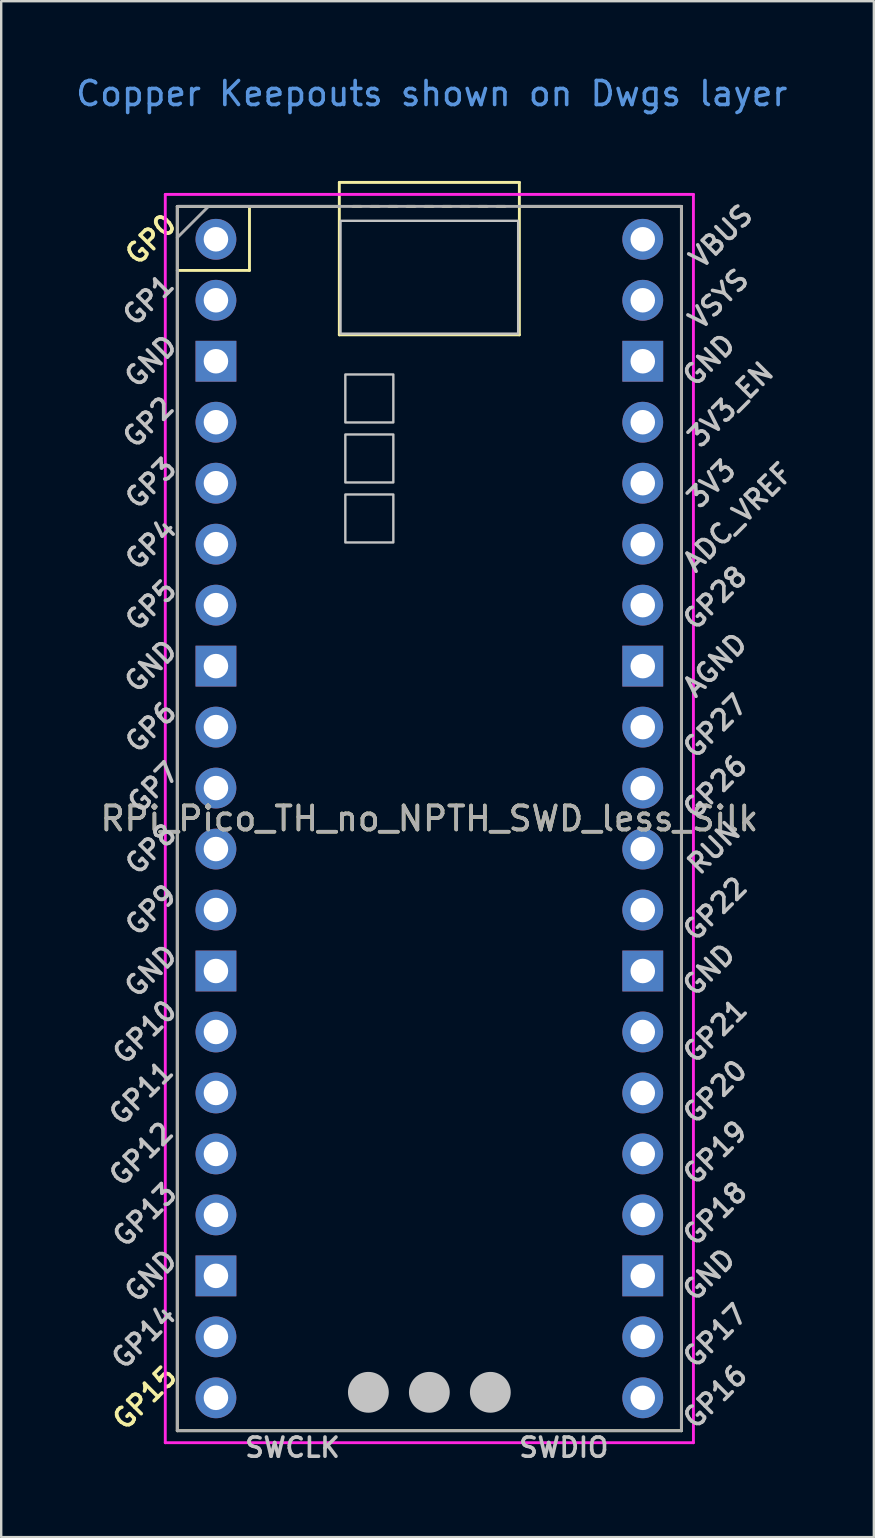
<source format=kicad_pcb>
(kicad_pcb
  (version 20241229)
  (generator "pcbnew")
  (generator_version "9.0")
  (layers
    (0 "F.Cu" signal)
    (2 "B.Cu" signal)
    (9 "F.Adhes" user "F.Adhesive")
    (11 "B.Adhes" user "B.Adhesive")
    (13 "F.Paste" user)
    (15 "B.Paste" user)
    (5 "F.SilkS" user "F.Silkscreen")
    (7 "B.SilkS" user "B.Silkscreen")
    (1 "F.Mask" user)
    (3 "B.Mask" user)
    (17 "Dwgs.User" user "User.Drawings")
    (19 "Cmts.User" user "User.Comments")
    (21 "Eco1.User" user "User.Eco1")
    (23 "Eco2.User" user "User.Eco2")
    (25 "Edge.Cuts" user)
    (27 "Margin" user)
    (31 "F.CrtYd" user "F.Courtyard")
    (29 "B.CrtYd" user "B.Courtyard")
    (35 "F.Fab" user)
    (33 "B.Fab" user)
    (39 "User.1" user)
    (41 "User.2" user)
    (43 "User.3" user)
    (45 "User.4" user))
  (footprint "RPi_Pico_TH_no_NPTH_SWD_less_Silk"
    (layer "F.Cu")
    (at 14.835 31.048)
    (property "Reference" "RPi_Pico_TH_no_NPTH_SWD_less_Silk" (at 0 0 180) (layer "F.SilkS") (effects (font (size 1 1) (thickness 0.15))))
    (attr through_hole)
    (fp_line (start -10.5 -25.5) (end -10.5 25.5) (stroke (width 0.12) (type solid)) (layer "F.SilkS"))
    (fp_line (start -10.5 -25.5) (end -3.75 -25.5) (stroke (width 0.12) (type solid)) (layer "F.SilkS"))
    (fp_line (start -10.5 -22.833) (end -7.493 -22.833) (stroke (width 0.12) (type solid)) (layer "F.SilkS"))
    (fp_line (start -7.493 -22.833) (end -7.493 -25.5) (stroke (width 0.12) (type solid)) (layer "F.SilkS"))
    (fp_line (start -3.75 -26.5) (end -3.75 -20.15) (stroke (width 0.12) (type solid)) (layer "F.SilkS"))
    (fp_line (start -3.75 -20.15) (end 3.75 -20.15) (stroke (width 0.12) (type solid)) (layer "F.SilkS"))
    (fp_line (start -3.19 -25.5) (end -2.84 -25.5) (stroke (width 0.12) (type solid)) (layer "F.SilkS"))
    (fp_line (start -2.44 -25.5) (end -2.09 -25.5) (stroke (width 0.12) (type solid)) (layer "F.SilkS"))
    (fp_line (start -1.69 -25.5) (end -1.34 -25.5) (stroke (width 0.12) (type solid)) (layer "F.SilkS"))
    (fp_line (start -0.94 -25.5) (end -0.59 -25.5) (stroke (width 0.12) (type solid)) (layer "F.SilkS"))
    (fp_line (start -0.19 -25.5) (end 0.16 -25.5) (stroke (width 0.12) (type solid)) (layer "F.SilkS"))
    (fp_line (start 0.56 -25.5) (end 0.91 -25.5) (stroke (width 0.12) (type solid)) (layer "F.SilkS"))
    (fp_line (start 1.31 -25.5) (end 1.66 -25.5) (stroke (width 0.12) (type solid)) (layer "F.SilkS"))
    (fp_line (start 2.06 -25.5) (end 2.41 -25.5) (stroke (width 0.12) (type solid)) (layer "F.SilkS"))
    (fp_line (start 2.81 -25.5) (end 3.16 -25.5) (stroke (width 0.12) (type solid)) (layer "F.SilkS"))
    (fp_line (start 3.75 -26.5) (end -3.75 -26.5) (stroke (width 0.12) (type solid)) (layer "F.SilkS"))
    (fp_line (start 3.75 -25.5) (end 10.5 -25.5) (stroke (width 0.12) (type solid)) (layer "F.SilkS"))
    (fp_line (start 3.75 -20.15) (end 3.75 -26.5) (stroke (width 0.12) (type solid)) (layer "F.SilkS"))
    (fp_line (start 10.5 -25.5) (end 10.5 25.5) (stroke (width 0.12) (type solid)) (layer "F.SilkS"))
    (fp_line (start 10.5 25.5) (end -10.5 25.5) (stroke (width 0.12) (type solid)) (layer "F.SilkS"))
    (fp_poly (pts (xy -1.5 -16.5) (xy -3.5 -16.5) (xy -3.5 -18.5) (xy -1.5 -18.5)) (stroke (width 0.1) (type solid)) (fill no) (layer "Dwgs.User"))
    (fp_poly (pts (xy -1.5 -14) (xy -3.5 -14) (xy -3.5 -16) (xy -1.5 -16)) (stroke (width 0.1) (type solid)) (fill no) (layer "Dwgs.User"))
    (fp_poly (pts (xy -1.5 -11.5) (xy -3.5 -11.5) (xy -3.5 -13.5) (xy -1.5 -13.5)) (stroke (width 0.1) (type solid)) (fill no) (layer "Dwgs.User"))
    (fp_poly (pts (xy 3.7 -20.2) (xy -3.7 -20.2) (xy -3.7 -24.9) (xy 3.7 -24.9)) (stroke (width 0.1) (type solid)) (fill no) (layer "Dwgs.User"))
    (fp_line (start -11 -26) (end 11 -26) (stroke (width 0.12) (type solid)) (layer "F.CrtYd"))
    (fp_line (start -11 26) (end -11 -26) (stroke (width 0.12) (type solid)) (layer "F.CrtYd"))
    (fp_line (start 11 -26) (end 11 26) (stroke (width 0.12) (type solid)) (layer "F.CrtYd"))
    (fp_line (start 11 26) (end -11 26) (stroke (width 0.12) (type solid)) (layer "F.CrtYd"))
    (fp_line (start -10.5 -25.5) (end 10.5 -25.5) (stroke (width 0.12) (type solid)) (layer "F.Fab"))
    (fp_line (start -10.5 -24.2) (end -9.2 -25.5) (stroke (width 0.12) (type solid)) (layer "F.Fab"))
    (fp_line (start -10.5 25.5) (end -10.5 -25.5) (stroke (width 0.12) (type solid)) (layer "F.Fab"))
    (fp_line (start 10.5 -25.5) (end 10.5 25.5) (stroke (width 0.12) (type solid)) (layer "F.Fab"))
    (fp_line (start 10.5 25.5) (end -10.5 25.5) (stroke (width 0.12) (type solid)) (layer "F.Fab"))
    (fp_text user "GP15" (at -11.854 24.13 45) (layer "F.SilkS") (effects (font (size 0.8 0.8) (thickness 0.15))))
    (fp_text user "GP0" (at -11.6 -24.13 45) (layer "F.SilkS") (effects (font (size 0.8 0.8) (thickness 0.15))))
    (fp_text user "GP21" (at 11.904 8.85 45) (layer "Dwgs.User") (effects (font (size 0.8 0.8) (thickness 0.15))))
    (fp_text user "GP7" (at -11.5 -1.3 45) (layer "Dwgs.User") (effects (font (size 0.8 0.8) (thickness 0.15))))
    (fp_text user "GP10" (at -11.854 8.89 45) (layer "Dwgs.User") (effects (font (size 0.8 0.8) (thickness 0.15))))
    (fp_text user "SWDIO" (at 5.6 26.2 180) (layer "Dwgs.User") (effects (font (size 0.8 0.8) (thickness 0.15))))
    (fp_text user "GND" (at -11.6 19.05 45) (layer "Dwgs.User") (effects (font (size 0.8 0.8) (thickness 0.15))))
    (fp_text user "GND" (at -11.6 -19.05 45) (layer "Dwgs.User") (effects (font (size 0.8 0.8) (thickness 0.15))))
    (fp_text user "GP3" (at -11.6 -13.97 45) (layer "Dwgs.User") (effects (font (size 0.8 0.8) (thickness 0.15))))
    (fp_text user "RUN" (at 11.85 1.22 45) (layer "Dwgs.User") (effects (font (size 0.8 0.8) (thickness 0.15))))
    (fp_text user "SWCLK" (at -5.7 26.2 180) (layer "Dwgs.User") (effects (font (size 0.8 0.8) (thickness 0.15))))
    (fp_text user "GND" (at 11.65 6.3 45) (layer "Dwgs.User") (effects (font (size 0.8 0.8) (thickness 0.15))))
    (fp_text user "GP17" (at 11.904 21.54 45) (layer "Dwgs.User") (effects (font (size 0.8 0.8) (thickness 0.15))))
    (fp_text user "AGND" (at 11.904 -6.4 45) (layer "Dwgs.User") (effects (font (size 0.8 0.8) (thickness 0.15))))
    (fp_text user "GND" (at 11.65 -19.1 45) (layer "Dwgs.User") (effects (font (size 0.8 0.8) (thickness 0.15))))
    (fp_text user "GP18" (at 11.904 16.46 45) (layer "Dwgs.User") (effects (font (size 0.8 0.8) (thickness 0.15))))
    (fp_text user "GP11" (at -12 11.43 45) (layer "Dwgs.User") (effects (font (size 0.8 0.8) (thickness 0.15))))
    (fp_text user "GP6" (at -11.6 -3.81 45) (layer "Dwgs.User") (effects (font (size 0.8 0.8) (thickness 0.15))))
    (fp_text user "GP26" (at 11.904 -1.32 45) (layer "Dwgs.User") (effects (font (size 0.8 0.8) (thickness 0.15))))
    (fp_text user "GP22" (at 11.904 3.76 45) (layer "Dwgs.User") (effects (font (size 0.8 0.8) (thickness 0.15))))
    (fp_text user "GP2" (at -11.7 -16.51 45) (layer "Dwgs.User") (effects (font (size 0.8 0.8) (thickness 0.15))))
    (fp_text user "GP20" (at 11.904 11.38 45) (layer "Dwgs.User") (effects (font (size 0.8 0.8) (thickness 0.15))))
    (fp_text user "3V3_EN" (at 12.55 -17.25 45) (layer "Dwgs.User") (effects (font (size 0.8 0.8) (thickness 0.15))))
    (fp_text user "GP19" (at 11.904 13.92 45) (layer "Dwgs.User") (effects (font (size 0.8 0.8) (thickness 0.15))))
    (fp_text user "GP5" (at -11.6 -8.89 45) (layer "Dwgs.User") (effects (font (size 0.8 0.8) (thickness 0.15))))
    (fp_text user "GP16" (at 11.904 24.08 45) (layer "Dwgs.User") (effects (font (size 0.8 0.8) (thickness 0.15))))
    (fp_text user "GP14" (at -11.9 21.59 45) (layer "Dwgs.User") (effects (font (size 0.8 0.8) (thickness 0.15))))
    (fp_text user "VBUS" (at 12.15 -24.25 45) (layer "Dwgs.User") (effects (font (size 0.8 0.8) (thickness 0.15))))
    (fp_text user "GP8" (at -11.6 1.27 45) (layer "Dwgs.User") (effects (font (size 0.8 0.8) (thickness 0.15))))
    (fp_text user "ADC_VREF" (at 12.85 -12.55 45) (layer "Dwgs.User") (effects (font (size 0.8 0.8) (thickness 0.15))))
    (fp_text user "GP28" (at 11.904 -9.194 45) (layer "Dwgs.User") (effects (font (size 0.8 0.8) (thickness 0.15))))
    (fp_text user "GP4" (at -11.6 -11.43 45) (layer "Dwgs.User") (effects (font (size 0.8 0.8) (thickness 0.15))))
    (fp_text user "GND" (at 11.65 19 45) (layer "Dwgs.User") (effects (font (size 0.8 0.8) (thickness 0.15))))
    (fp_text user "GP27" (at 11.904 -3.85 45) (layer "Dwgs.User") (effects (font (size 0.8 0.8) (thickness 0.15))))
    (fp_text user "GP9" (at -11.6 3.81 45) (layer "Dwgs.User") (effects (font (size 0.8 0.8) (thickness 0.15))))
    (fp_text user "GND" (at -11.6 -6.35 45) (layer "Dwgs.User") (effects (font (size 0.8 0.8) (thickness 0.15))))
    (fp_text user "GP13" (at -11.854 16.51 45) (layer "Dwgs.User") (effects (font (size 0.8 0.8) (thickness 0.15))))
    (fp_text user "3V3" (at 11.75 -13.95 45) (layer "Dwgs.User") (effects (font (size 0.8 0.8) (thickness 0.15))))
    (fp_text user "GP12" (at -12 13.97 45) (layer "Dwgs.User") (effects (font (size 0.8 0.8) (thickness 0.15))))
    (fp_text user "VSYS" (at 12.05 -21.64 45) (layer "Dwgs.User") (effects (font (size 0.8 0.8) (thickness 0.15))))
    (fp_text user "GP1" (at -11.7 -21.6 45) (layer "Dwgs.User") (effects (font (size 0.8 0.8) (thickness 0.15))))
    (fp_text user "GND" (at -11.6 6.35 45) (layer "Dwgs.User") (effects (font (size 0.8 0.8) (thickness 0.15))))
    (fp_text user "Copper Keepouts shown on Dwgs layer" (at 0.1 -30.2 180) (layer "Cmts.User") (effects (font (size 1 1) (thickness 0.15))))
    (fp_text user "${REFERENCE}" (at 0 0 0) (layer "F.Fab") (effects (font (size 1 1) (thickness 0.15))))
    (pad "" smd oval (at -2.54 23.9) (size 1.7 1.7) (layers "Dwgs.User"))
    (pad "" smd circle (at 0 23.9) (size 1.7 1.7) (layers "Dwgs.User"))
    (pad "" smd oval (at 2.54 23.9) (size 1.7 1.7) (layers "Dwgs.User"))
    (pad "1" thru_hole oval (at -8.89 -24.13) (size 1.7 1.7) (drill 1.02) (layers "*.Cu" "*.Mask"))
    (pad "2" thru_hole oval (at -8.89 -21.59) (size 1.7 1.7) (drill 1.02) (layers "*.Cu" "*.Mask"))
    (pad "3" thru_hole rect (at -8.89 -19.05) (size 1.7 1.7) (drill 1.02) (layers "*.Cu" "*.Mask"))
    (pad "4" thru_hole oval (at -8.89 -16.51) (size 1.7 1.7) (drill 1.02) (layers "*.Cu" "*.Mask"))
    (pad "5" thru_hole oval (at -8.89 -13.97) (size 1.7 1.7) (drill 1.02) (layers "*.Cu" "*.Mask"))
    (pad "6" thru_hole oval (at -8.89 -11.43) (size 1.7 1.7) (drill 1.02) (layers "*.Cu" "*.Mask"))
    (pad "7" thru_hole oval (at -8.89 -8.89) (size 1.7 1.7) (drill 1.02) (layers "*.Cu" "*.Mask"))
    (pad "8" thru_hole rect (at -8.89 -6.35) (size 1.7 1.7) (drill 1.02) (layers "*.Cu" "*.Mask"))
    (pad "9" thru_hole oval (at -8.89 -3.81) (size 1.7 1.7) (drill 1.02) (layers "*.Cu" "*.Mask"))
    (pad "10" thru_hole oval (at -8.89 -1.27) (size 1.7 1.7) (drill 1.02) (layers "*.Cu" "*.Mask"))
    (pad "11" thru_hole oval (at -8.89 1.27) (size 1.7 1.7) (drill 1.02) (layers "*.Cu" "*.Mask"))
    (pad "12" thru_hole oval (at -8.89 3.81) (size 1.7 1.7) (drill 1.02) (layers "*.Cu" "*.Mask"))
    (pad "13" thru_hole rect (at -8.89 6.35) (size 1.7 1.7) (drill 1.02) (layers "*.Cu" "*.Mask"))
    (pad "14" thru_hole oval (at -8.89 8.89) (size 1.7 1.7) (drill 1.02) (layers "*.Cu" "*.Mask"))
    (pad "15" thru_hole oval (at -8.89 11.43) (size 1.7 1.7) (drill 1.02) (layers "*.Cu" "*.Mask"))
    (pad "16" thru_hole oval (at -8.89 13.97) (size 1.7 1.7) (drill 1.02) (layers "*.Cu" "*.Mask"))
    (pad "17" thru_hole oval (at -8.89 16.51) (size 1.7 1.7) (drill 1.02) (layers "*.Cu" "*.Mask"))
    (pad "18" thru_hole rect (at -8.89 19.05) (size 1.7 1.7) (drill 1.02) (layers "*.Cu" "*.Mask"))
    (pad "19" thru_hole oval (at -8.89 21.59) (size 1.7 1.7) (drill 1.02) (layers "*.Cu" "*.Mask"))
    (pad "20" thru_hole oval (at -8.89 24.13) (size 1.7 1.7) (drill 1.02) (layers "*.Cu" "*.Mask"))
    (pad "21" thru_hole oval (at 8.89 24.13) (size 1.7 1.7) (drill 1.02) (layers "*.Cu" "*.Mask"))
    (pad "22" thru_hole oval (at 8.89 21.59) (size 1.7 1.7) (drill 1.02) (layers "*.Cu" "*.Mask"))
    (pad "23" thru_hole rect (at 8.89 19.05) (size 1.7 1.7) (drill 1.02) (layers "*.Cu" "*.Mask"))
    (pad "24" thru_hole oval (at 8.89 16.51) (size 1.7 1.7) (drill 1.02) (layers "*.Cu" "*.Mask"))
    (pad "25" thru_hole oval (at 8.89 13.97) (size 1.7 1.7) (drill 1.02) (layers "*.Cu" "*.Mask"))
    (pad "26" thru_hole oval (at 8.89 11.43) (size 1.7 1.7) (drill 1.02) (layers "*.Cu" "*.Mask"))
    (pad "27" thru_hole oval (at 8.89 8.89) (size 1.7 1.7) (drill 1.02) (layers "*.Cu" "*.Mask"))
    (pad "28" thru_hole rect (at 8.89 6.35) (size 1.7 1.7) (drill 1.02) (layers "*.Cu" "*.Mask"))
    (pad "29" thru_hole oval (at 8.89 3.81) (size 1.7 1.7) (drill 1.02) (layers "*.Cu" "*.Mask"))
    (pad "30" thru_hole oval (at 8.89 1.27) (size 1.7 1.7) (drill 1.02) (layers "*.Cu" "*.Mask"))
    (pad "31" thru_hole oval (at 8.89 -1.27) (size 1.7 1.7) (drill 1.02) (layers "*.Cu" "*.Mask"))
    (pad "32" thru_hole oval (at 8.89 -3.81) (size 1.7 1.7) (drill 1.02) (layers "*.Cu" "*.Mask"))
    (pad "33" thru_hole rect (at 8.89 -6.35) (size 1.7 1.7) (drill 1.02) (layers "*.Cu" "*.Mask"))
    (pad "34" thru_hole oval (at 8.89 -8.89) (size 1.7 1.7) (drill 1.02) (layers "*.Cu" "*.Mask"))
    (pad "35" thru_hole oval (at 8.89 -11.43) (size 1.7 1.7) (drill 1.02) (layers "*.Cu" "*.Mask"))
    (pad "36" thru_hole oval (at 8.89 -13.97) (size 1.7 1.7) (drill 1.02) (layers "*.Cu" "*.Mask"))
    (pad "37" thru_hole oval (at 8.89 -16.51) (size 1.7 1.7) (drill 1.02) (layers "*.Cu" "*.Mask"))
    (pad "38" thru_hole rect (at 8.89 -19.05) (size 1.7 1.7) (drill 1.02) (layers "*.Cu" "*.Mask"))
    (pad "39" thru_hole oval (at 8.89 -21.59) (size 1.7 1.7) (drill 1.02) (layers "*.Cu" "*.Mask"))
    (pad "40" thru_hole oval (at 8.89 -24.13) (size 1.7 1.7) (drill 1.02) (layers "*.Cu" "*.Mask")))
  (gr_rect
    (start -3 -3)
    (end 33.351 60.98)
    (stroke (width 0.1) (type default))
    (fill no)
    (layer "Edge.Cuts")))
</source>
